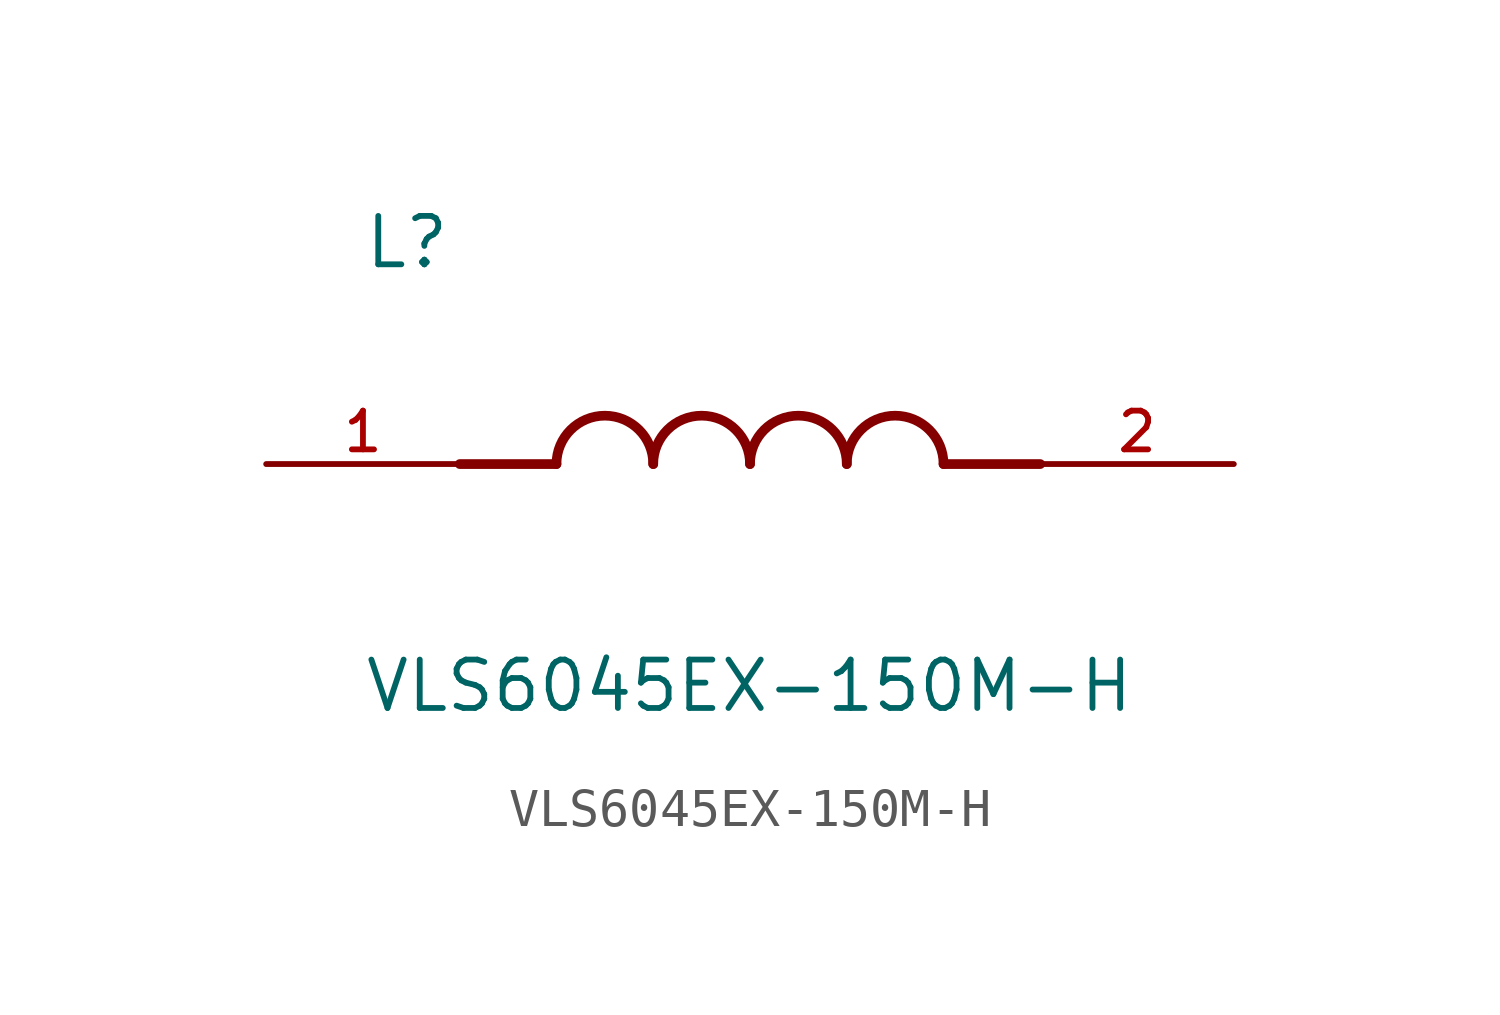
<source format=kicad_sym>
(kicad_symbol_lib
  (version 20211014)
  (generator kicad_symbol_editor)
  (symbol "VLS6045EX-150M-H"
    (pin_names
      (offset 1.016))
    (property "Reference" "L"
      (at -10.16 5.08 0)
      (effects (font (size 1.27 1.27)) (justify bottom left)))
    (property "Value" "VLS6045EX-150M-H"
      (at -10.16 -5.08 0)
      (effects (font (size 1.27 1.27)) (justify top left)))
    (symbol "VLS6045EX-150M-H_0_0"
      (polyline (pts (xy -5.08 0.0) (xy -7.62 0.0)) (stroke (width 0.254)))
      (polyline (pts (xy 5.08 0.0) (xy 7.62 0.0)) (stroke (width 0.254)))
      (arc (start -2.54 0.0) (mid -3.81 1.27) (end -5.08 0.0) (stroke (width 0.254) (type default) (color 0 0 0 0)) (fill (type none)))
      (arc (start 0.0 0.0) (mid -1.27 1.27) (end -2.54 0.0) (stroke (width 0.254) (type default) (color 0 0 0 0)) (fill (type none)))
      (arc (start 2.54 0.0) (mid 1.27 1.27) (end 0.0 0.0) (stroke (width 0.254) (type default) (color 0 0 0 0)) (fill (type none)))
      (arc (start 5.08 0.0) (mid 3.81 1.27) (end 2.54 0.0) (stroke (width 0.254) (type default) (color 0 0 0 0)) (fill (type none)))
      (pin passive line (at -12.7 0.0 0) (length 5.08) (name "~" (effects (font (size 1.016 1.016)))) (number "1" (effects (font (size 1.016 1.016)))))
      (pin passive line (at 12.7 0.0 180.0) (length 5.08) (name "~" (effects (font (size 1.016 1.016)))) (number "2" (effects (font (size 1.016 1.016))))))))
</source>
